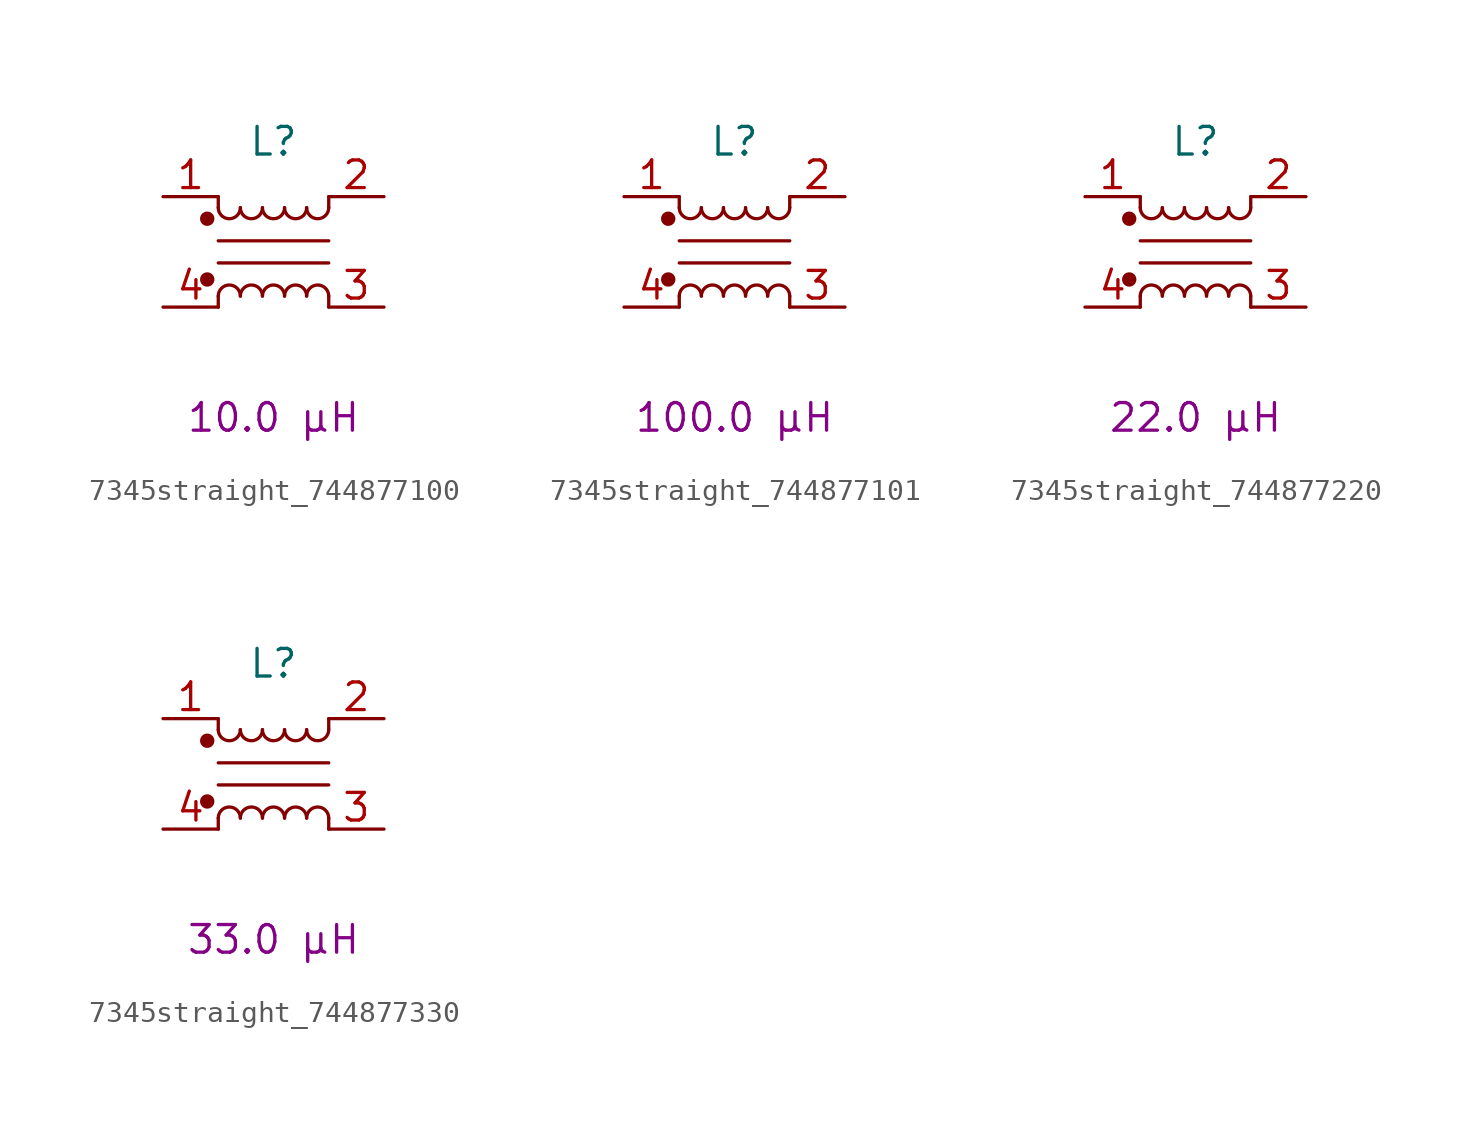
<source format=kicad_sym>
(kicad_symbol_lib
  (version 20241209)
  (generator "kicad_symbol_editor")
  (generator_version "9.0")
  (symbol "7345straight_744877100"
    (pin_names
      (hide yes))
    (property "Reference" "L"
      (at 0 5.08 0)
      (effects (font (size 1.27 1.27))))
    (property "Critical Parameter" "10.0 µH"
      (at 0 -7.62 0)
      (effects (font (size 1.27 1.27))))
    (symbol "7345straight_744877100_0_1"
      (circle (center -3.048 1.524) (radius 0.254) (stroke (width 0) (type default)) (fill (type outline)))
      (circle (center -3.048 -1.27) (radius 0.254) (stroke (width 0) (type default)) (fill (type outline)))
      (polyline (pts (xy -2.54 2.032) (xy -2.54 2.54)) (stroke (width 0) (type default)) (fill (type none)))
      (polyline (pts (xy -2.54 0.508) (xy 2.54 0.508)) (stroke (width 0) (type default)) (fill (type none)))
      (polyline (pts (xy -2.54 -2.032) (xy -2.54 -2.54)) (stroke (width 0) (type default)) (fill (type none)))
      (arc (start -1.524 2.032) (mid -2.032 1.5262) (end -2.54 2.032) (stroke (width 0) (type default)) (fill (type none)))
      (arc (start -2.54 -2.032) (mid -2.032 -1.5262) (end -1.524 -2.032) (stroke (width 0) (type default)) (fill (type none)))
      (arc (start -0.508 2.032) (mid -1.016 1.5262) (end -1.524 2.032) (stroke (width 0) (type default)) (fill (type none)))
      (arc (start -1.524 -2.032) (mid -1.016 -1.5262) (end -0.508 -2.032) (stroke (width 0) (type default)) (fill (type none)))
      (arc (start 0.508 2.032) (mid 0 1.5262) (end -0.508 2.032) (stroke (width 0) (type default)) (fill (type none)))
      (arc (start -0.508 -2.032) (mid 0 -1.5262) (end 0.508 -2.032) (stroke (width 0) (type default)) (fill (type none)))
      (arc (start 1.524 2.032) (mid 1.016 1.5262) (end 0.508 2.032) (stroke (width 0) (type default)) (fill (type none)))
      (arc (start 0.508 -2.032) (mid 1.016 -1.5262) (end 1.524 -2.032) (stroke (width 0) (type default)) (fill (type none)))
      (arc (start 2.54 2.032) (mid 2.032 1.5262) (end 1.524 2.032) (stroke (width 0) (type default)) (fill (type none)))
      (arc (start 1.524 -2.032) (mid 2.032 -1.5262) (end 2.54 -2.032) (stroke (width 0) (type default)) (fill (type none)))
      (polyline (pts (xy 2.54 2.54) (xy 2.54 2.032)) (stroke (width 0) (type default)) (fill (type none)))
      (polyline (pts (xy 2.54 -0.508) (xy -2.54 -0.508)) (stroke (width 0) (type default)) (fill (type none)))
      (polyline (pts (xy 2.54 -2.032) (xy 2.54 -2.54)) (stroke (width 0) (type default)) (fill (type none))))
    (symbol "7345straight_744877100_1_1"
      (pin passive line (at -5.08 2.54 0) (length 2.54) (name "1" (effects (font (size 1.27 1.27)))) (number "1" (effects (font (size 1.27 1.27)))))
      (pin passive line (at -5.08 -2.54 0) (length 2.54) (name "4" (effects (font (size 1.27 1.27)))) (number "4" (effects (font (size 1.27 1.27)))))
      (pin passive line (at 5.08 2.54 180) (length 2.54) (name "2" (effects (font (size 1.27 1.27)))) (number "2" (effects (font (size 1.27 1.27)))))
      (pin passive line (at 5.08 -2.54 180) (length 2.54) (name "3" (effects (font (size 1.27 1.27)))) (number "3" (effects (font (size 1.27 1.27)))))))
  (symbol "7345straight_744877101"
    (pin_names
      (hide yes))
    (property "Reference" "L"
      (at 0 5.08 0)
      (effects (font (size 1.27 1.27))))
    (property "Critical Parameter" "100.0 µH"
      (at 0 -7.62 0)
      (effects (font (size 1.27 1.27))))
    (symbol "7345straight_744877101_0_1"
      (circle (center -3.048 1.524) (radius 0.254) (stroke (width 0) (type default)) (fill (type outline)))
      (circle (center -3.048 -1.27) (radius 0.254) (stroke (width 0) (type default)) (fill (type outline)))
      (polyline (pts (xy -2.54 2.032) (xy -2.54 2.54)) (stroke (width 0) (type default)) (fill (type none)))
      (polyline (pts (xy -2.54 0.508) (xy 2.54 0.508)) (stroke (width 0) (type default)) (fill (type none)))
      (polyline (pts (xy -2.54 -2.032) (xy -2.54 -2.54)) (stroke (width 0) (type default)) (fill (type none)))
      (arc (start -1.524 2.032) (mid -2.032 1.5262) (end -2.54 2.032) (stroke (width 0) (type default)) (fill (type none)))
      (arc (start -2.54 -2.032) (mid -2.032 -1.5262) (end -1.524 -2.032) (stroke (width 0) (type default)) (fill (type none)))
      (arc (start -0.508 2.032) (mid -1.016 1.5262) (end -1.524 2.032) (stroke (width 0) (type default)) (fill (type none)))
      (arc (start -1.524 -2.032) (mid -1.016 -1.5262) (end -0.508 -2.032) (stroke (width 0) (type default)) (fill (type none)))
      (arc (start 0.508 2.032) (mid 0 1.5262) (end -0.508 2.032) (stroke (width 0) (type default)) (fill (type none)))
      (arc (start -0.508 -2.032) (mid 0 -1.5262) (end 0.508 -2.032) (stroke (width 0) (type default)) (fill (type none)))
      (arc (start 1.524 2.032) (mid 1.016 1.5262) (end 0.508 2.032) (stroke (width 0) (type default)) (fill (type none)))
      (arc (start 0.508 -2.032) (mid 1.016 -1.5262) (end 1.524 -2.032) (stroke (width 0) (type default)) (fill (type none)))
      (arc (start 2.54 2.032) (mid 2.032 1.5262) (end 1.524 2.032) (stroke (width 0) (type default)) (fill (type none)))
      (arc (start 1.524 -2.032) (mid 2.032 -1.5262) (end 2.54 -2.032) (stroke (width 0) (type default)) (fill (type none)))
      (polyline (pts (xy 2.54 2.54) (xy 2.54 2.032)) (stroke (width 0) (type default)) (fill (type none)))
      (polyline (pts (xy 2.54 -0.508) (xy -2.54 -0.508)) (stroke (width 0) (type default)) (fill (type none)))
      (polyline (pts (xy 2.54 -2.032) (xy 2.54 -2.54)) (stroke (width 0) (type default)) (fill (type none))))
    (symbol "7345straight_744877101_1_1"
      (pin passive line (at -5.08 2.54 0) (length 2.54) (name "1" (effects (font (size 1.27 1.27)))) (number "1" (effects (font (size 1.27 1.27)))))
      (pin passive line (at -5.08 -2.54 0) (length 2.54) (name "4" (effects (font (size 1.27 1.27)))) (number "4" (effects (font (size 1.27 1.27)))))
      (pin passive line (at 5.08 2.54 180) (length 2.54) (name "2" (effects (font (size 1.27 1.27)))) (number "2" (effects (font (size 1.27 1.27)))))
      (pin passive line (at 5.08 -2.54 180) (length 2.54) (name "3" (effects (font (size 1.27 1.27)))) (number "3" (effects (font (size 1.27 1.27)))))))
  (symbol "7345straight_744877220"
    (pin_names
      (hide yes))
    (property "Reference" "L"
      (at 0 5.08 0)
      (effects (font (size 1.27 1.27))))
    (property "Critical Parameter" "22.0 µH"
      (at 0 -7.62 0)
      (effects (font (size 1.27 1.27))))
    (symbol "7345straight_744877220_0_1"
      (circle (center -3.048 1.524) (radius 0.254) (stroke (width 0) (type default)) (fill (type outline)))
      (circle (center -3.048 -1.27) (radius 0.254) (stroke (width 0) (type default)) (fill (type outline)))
      (polyline (pts (xy -2.54 2.032) (xy -2.54 2.54)) (stroke (width 0) (type default)) (fill (type none)))
      (polyline (pts (xy -2.54 0.508) (xy 2.54 0.508)) (stroke (width 0) (type default)) (fill (type none)))
      (polyline (pts (xy -2.54 -2.032) (xy -2.54 -2.54)) (stroke (width 0) (type default)) (fill (type none)))
      (arc (start -1.524 2.032) (mid -2.032 1.5262) (end -2.54 2.032) (stroke (width 0) (type default)) (fill (type none)))
      (arc (start -2.54 -2.032) (mid -2.032 -1.5262) (end -1.524 -2.032) (stroke (width 0) (type default)) (fill (type none)))
      (arc (start -0.508 2.032) (mid -1.016 1.5262) (end -1.524 2.032) (stroke (width 0) (type default)) (fill (type none)))
      (arc (start -1.524 -2.032) (mid -1.016 -1.5262) (end -0.508 -2.032) (stroke (width 0) (type default)) (fill (type none)))
      (arc (start 0.508 2.032) (mid 0 1.5262) (end -0.508 2.032) (stroke (width 0) (type default)) (fill (type none)))
      (arc (start -0.508 -2.032) (mid 0 -1.5262) (end 0.508 -2.032) (stroke (width 0) (type default)) (fill (type none)))
      (arc (start 1.524 2.032) (mid 1.016 1.5262) (end 0.508 2.032) (stroke (width 0) (type default)) (fill (type none)))
      (arc (start 0.508 -2.032) (mid 1.016 -1.5262) (end 1.524 -2.032) (stroke (width 0) (type default)) (fill (type none)))
      (arc (start 2.54 2.032) (mid 2.032 1.5262) (end 1.524 2.032) (stroke (width 0) (type default)) (fill (type none)))
      (arc (start 1.524 -2.032) (mid 2.032 -1.5262) (end 2.54 -2.032) (stroke (width 0) (type default)) (fill (type none)))
      (polyline (pts (xy 2.54 2.54) (xy 2.54 2.032)) (stroke (width 0) (type default)) (fill (type none)))
      (polyline (pts (xy 2.54 -0.508) (xy -2.54 -0.508)) (stroke (width 0) (type default)) (fill (type none)))
      (polyline (pts (xy 2.54 -2.032) (xy 2.54 -2.54)) (stroke (width 0) (type default)) (fill (type none))))
    (symbol "7345straight_744877220_1_1"
      (pin passive line (at -5.08 2.54 0) (length 2.54) (name "1" (effects (font (size 1.27 1.27)))) (number "1" (effects (font (size 1.27 1.27)))))
      (pin passive line (at -5.08 -2.54 0) (length 2.54) (name "4" (effects (font (size 1.27 1.27)))) (number "4" (effects (font (size 1.27 1.27)))))
      (pin passive line (at 5.08 2.54 180) (length 2.54) (name "2" (effects (font (size 1.27 1.27)))) (number "2" (effects (font (size 1.27 1.27)))))
      (pin passive line (at 5.08 -2.54 180) (length 2.54) (name "3" (effects (font (size 1.27 1.27)))) (number "3" (effects (font (size 1.27 1.27)))))))
  (symbol "7345straight_744877330"
    (pin_names
      (hide yes))
    (property "Reference" "L"
      (at 0 5.08 0)
      (effects (font (size 1.27 1.27))))
    (property "Critical Parameter" "33.0 µH"
      (at 0 -7.62 0)
      (effects (font (size 1.27 1.27))))
    (symbol "7345straight_744877330_0_1"
      (circle (center -3.048 1.524) (radius 0.254) (stroke (width 0) (type default)) (fill (type outline)))
      (circle (center -3.048 -1.27) (radius 0.254) (stroke (width 0) (type default)) (fill (type outline)))
      (polyline (pts (xy -2.54 2.032) (xy -2.54 2.54)) (stroke (width 0) (type default)) (fill (type none)))
      (polyline (pts (xy -2.54 0.508) (xy 2.54 0.508)) (stroke (width 0) (type default)) (fill (type none)))
      (polyline (pts (xy -2.54 -2.032) (xy -2.54 -2.54)) (stroke (width 0) (type default)) (fill (type none)))
      (arc (start -1.524 2.032) (mid -2.032 1.5262) (end -2.54 2.032) (stroke (width 0) (type default)) (fill (type none)))
      (arc (start -2.54 -2.032) (mid -2.032 -1.5262) (end -1.524 -2.032) (stroke (width 0) (type default)) (fill (type none)))
      (arc (start -0.508 2.032) (mid -1.016 1.5262) (end -1.524 2.032) (stroke (width 0) (type default)) (fill (type none)))
      (arc (start -1.524 -2.032) (mid -1.016 -1.5262) (end -0.508 -2.032) (stroke (width 0) (type default)) (fill (type none)))
      (arc (start 0.508 2.032) (mid 0 1.5262) (end -0.508 2.032) (stroke (width 0) (type default)) (fill (type none)))
      (arc (start -0.508 -2.032) (mid 0 -1.5262) (end 0.508 -2.032) (stroke (width 0) (type default)) (fill (type none)))
      (arc (start 1.524 2.032) (mid 1.016 1.5262) (end 0.508 2.032) (stroke (width 0) (type default)) (fill (type none)))
      (arc (start 0.508 -2.032) (mid 1.016 -1.5262) (end 1.524 -2.032) (stroke (width 0) (type default)) (fill (type none)))
      (arc (start 2.54 2.032) (mid 2.032 1.5262) (end 1.524 2.032) (stroke (width 0) (type default)) (fill (type none)))
      (arc (start 1.524 -2.032) (mid 2.032 -1.5262) (end 2.54 -2.032) (stroke (width 0) (type default)) (fill (type none)))
      (polyline (pts (xy 2.54 2.54) (xy 2.54 2.032)) (stroke (width 0) (type default)) (fill (type none)))
      (polyline (pts (xy 2.54 -0.508) (xy -2.54 -0.508)) (stroke (width 0) (type default)) (fill (type none)))
      (polyline (pts (xy 2.54 -2.032) (xy 2.54 -2.54)) (stroke (width 0) (type default)) (fill (type none))))
    (symbol "7345straight_744877330_1_1"
      (pin passive line (at -5.08 2.54 0) (length 2.54) (name "1" (effects (font (size 1.27 1.27)))) (number "1" (effects (font (size 1.27 1.27)))))
      (pin passive line (at -5.08 -2.54 0) (length 2.54) (name "4" (effects (font (size 1.27 1.27)))) (number "4" (effects (font (size 1.27 1.27)))))
      (pin passive line (at 5.08 2.54 180) (length 2.54) (name "2" (effects (font (size 1.27 1.27)))) (number "2" (effects (font (size 1.27 1.27)))))
      (pin passive line (at 5.08 -2.54 180) (length 2.54) (name "3" (effects (font (size 1.27 1.27)))) (number "3" (effects (font (size 1.27 1.27))))))))
</source>
